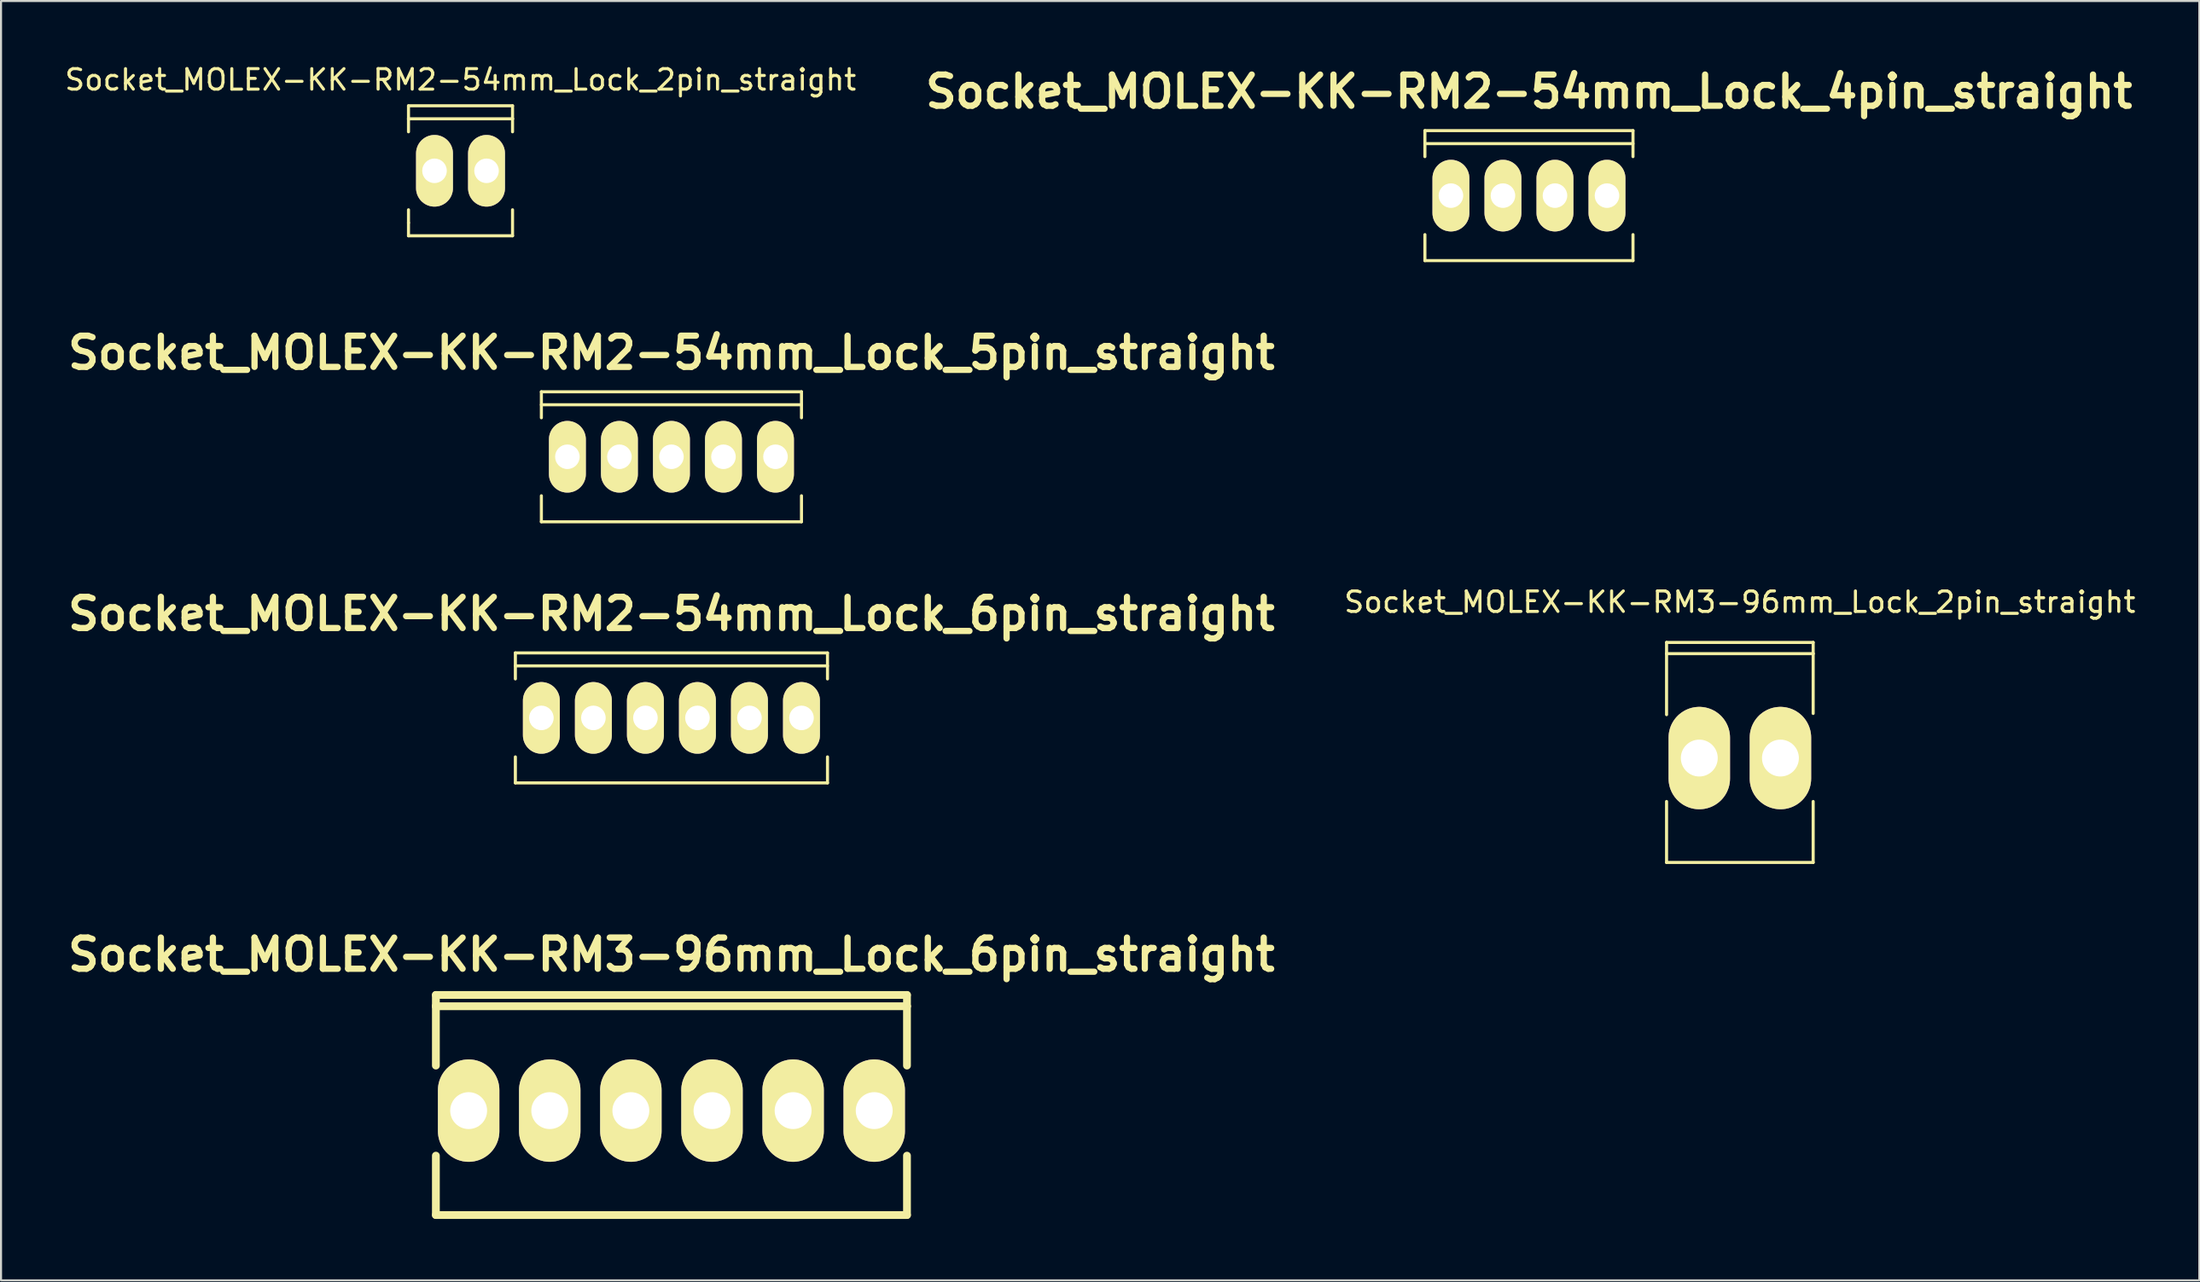
<source format=kicad_pcb>
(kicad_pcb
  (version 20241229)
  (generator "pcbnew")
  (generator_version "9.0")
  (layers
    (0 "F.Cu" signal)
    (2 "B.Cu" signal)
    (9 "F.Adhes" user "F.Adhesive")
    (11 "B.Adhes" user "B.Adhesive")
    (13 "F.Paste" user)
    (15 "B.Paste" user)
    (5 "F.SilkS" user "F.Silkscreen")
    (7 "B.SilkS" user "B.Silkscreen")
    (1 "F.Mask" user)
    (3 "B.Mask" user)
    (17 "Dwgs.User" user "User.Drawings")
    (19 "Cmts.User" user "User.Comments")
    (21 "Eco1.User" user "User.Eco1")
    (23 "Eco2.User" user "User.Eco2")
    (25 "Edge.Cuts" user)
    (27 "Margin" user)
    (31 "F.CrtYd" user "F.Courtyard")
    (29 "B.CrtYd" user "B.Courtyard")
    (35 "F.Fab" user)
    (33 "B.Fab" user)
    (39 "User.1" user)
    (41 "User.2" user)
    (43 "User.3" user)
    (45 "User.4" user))
  (footprint "Socket_MOLEX-KK-RM2-54mm_Lock_2pin_straight"
    (layer "F.Cu")
    (at 19.435 5.293)
    (property "Reference" "Socket_MOLEX-KK-RM2-54mm_Lock_2pin_straight" (at 0 -4.445 0) (layer "F.SilkS") (effects (font (size 1 1) (thickness 0.15))))
    (attr through_hole)
    (fp_line (start -2.54 -3.175) (end 2.54 -3.175) (stroke (width 0.15) (type solid)) (layer "F.SilkS"))
    (fp_line (start -2.54 -2.54) (end -2.54 -3.175) (stroke (width 0.15) (type solid)) (layer "F.SilkS"))
    (fp_line (start -2.54 -2.54) (end -2.54 -1.905) (stroke (width 0.15) (type solid)) (layer "F.SilkS"))
    (fp_line (start -2.54 -2.54) (end 2.54 -2.54) (stroke (width 0.15) (type solid)) (layer "F.SilkS"))
    (fp_line (start -2.54 2.54) (end -2.54 1.905) (stroke (width 0.15) (type solid)) (layer "F.SilkS"))
    (fp_line (start -2.54 3.175) (end -2.54 2.54) (stroke (width 0.15) (type solid)) (layer "F.SilkS"))
    (fp_line (start 2.54 -3.175) (end 2.54 -2.54) (stroke (width 0.15) (type solid)) (layer "F.SilkS"))
    (fp_line (start 2.54 -2.54) (end 2.54 -1.905) (stroke (width 0.15) (type solid)) (layer "F.SilkS"))
    (fp_line (start 2.54 3.175) (end -2.54 3.175) (stroke (width 0.15) (type solid)) (layer "F.SilkS"))
    (fp_line (start 2.54 3.175) (end 2.54 1.905) (stroke (width 0.15) (type solid)) (layer "F.SilkS"))
    (pad "1" thru_hole oval (at -1.27 0) (size 1.801 3.5) (drill 1.199) (layers "*.Cu" "*.Mask" "F.SilkS"))
    (pad "2" thru_hole oval (at 1.27 0) (size 1.801 3.5) (drill 1.199) (layers "*.Cu" "*.Mask" "F.SilkS")))
  (footprint "Socket_MOLEX-KK-RM2-54mm_Lock_6pin_straight"
    (layer "F.Cu")
    (at 29.733 32.019)
    (property "Reference" "Socket_MOLEX-KK-RM2-54mm_Lock_6pin_straight" (at 0 -5.08 0) (layer "F.SilkS") (effects (font (size 1.524 1.524) (thickness 0.305))))
    (attr through_hole)
    (fp_line (start -7.62 -3.175) (end 7.62 -3.175) (stroke (width 0.15) (type solid)) (layer "F.SilkS"))
    (fp_line (start -7.62 -1.905) (end -7.62 -3.175) (stroke (width 0.15) (type solid)) (layer "F.SilkS"))
    (fp_line (start -7.62 3.175) (end -7.62 1.905) (stroke (width 0.15) (type solid)) (layer "F.SilkS"))
    (fp_line (start 7.62 -3.175) (end 7.62 -1.905) (stroke (width 0.15) (type solid)) (layer "F.SilkS"))
    (fp_line (start 7.62 -2.54) (end -7.62 -2.54) (stroke (width 0.15) (type solid)) (layer "F.SilkS"))
    (fp_line (start 7.62 3.175) (end -7.62 3.175) (stroke (width 0.15) (type solid)) (layer "F.SilkS"))
    (fp_line (start 7.62 3.175) (end 7.62 1.905) (stroke (width 0.15) (type solid)) (layer "F.SilkS"))
    (pad "1" thru_hole oval (at -6.35 0) (size 1.801 3.5) (drill 1.199) (layers "*.Cu" "*.Mask" "F.SilkS"))
    (pad "2" thru_hole oval (at -3.81 0) (size 1.801 3.5) (drill 1.199) (layers "*.Cu" "*.Mask" "F.SilkS"))
    (pad "3" thru_hole oval (at -1.27 0) (size 1.801 3.5) (drill 1.199) (layers "*.Cu" "*.Mask" "F.SilkS"))
    (pad "4" thru_hole oval (at 1.27 0) (size 1.801 3.5) (drill 1.199) (layers "*.Cu" "*.Mask" "F.SilkS"))
    (pad "5" thru_hole oval (at 3.81 0) (size 1.801 3.5) (drill 1.199) (layers "*.Cu" "*.Mask" "F.SilkS"))
    (pad "6" thru_hole oval (at 6.35 0) (size 1.801 3.5) (drill 1.199) (layers "*.Cu" "*.Mask" "F.SilkS")))
  (footprint "Socket_MOLEX-KK-RM3-96mm_Lock_6pin_straight"
    (layer "F.Cu")
    (at 29.733 51.203)
    (property "Reference" "Socket_MOLEX-KK-RM3-96mm_Lock_6pin_straight" (at 0 -7.62 0) (layer "F.SilkS") (effects (font (size 1.524 1.524) (thickness 0.305))))
    (attr through_hole)
    (fp_line (start -11.501 -5.649) (end -11.501 -5.1) (stroke (width 0.381) (type solid)) (layer "F.SilkS"))
    (fp_line (start -11.501 -5.1) (end -11.501 -2.2) (stroke (width 0.381) (type solid)) (layer "F.SilkS"))
    (fp_line (start -11.501 2.2) (end -11.501 5.1) (stroke (width 0.381) (type solid)) (layer "F.SilkS"))
    (fp_line (start -11.501 5.1) (end 11.501 5.1) (stroke (width 0.381) (type solid)) (layer "F.SilkS"))
    (fp_line (start 11.501 -5.649) (end -11.501 -5.649) (stroke (width 0.381) (type solid)) (layer "F.SilkS"))
    (fp_line (start 11.501 -5.1) (end -11.501 -5.1) (stroke (width 0.381) (type solid)) (layer "F.SilkS"))
    (fp_line (start 11.501 -5.1) (end 11.501 -5.649) (stroke (width 0.381) (type solid)) (layer "F.SilkS"))
    (fp_line (start 11.501 -2.2) (end 11.501 -5.1) (stroke (width 0.381) (type solid)) (layer "F.SilkS"))
    (fp_line (start 11.501 5.1) (end 11.501 2.2) (stroke (width 0.381) (type solid)) (layer "F.SilkS"))
    (pad "1" thru_hole oval (at -9.901 0) (size 3 5.001) (drill 1.801) (layers "*.Cu" "*.Mask" "F.SilkS"))
    (pad "2" thru_hole oval (at -5.941 0) (size 3 5.001) (drill 1.801) (layers "*.Cu" "*.Mask" "F.SilkS"))
    (pad "3" thru_hole oval (at -1.981 0) (size 3 5.001) (drill 1.801) (layers "*.Cu" "*.Mask" "F.SilkS"))
    (pad "4" thru_hole oval (at 1.981 0) (size 3 5.001) (drill 1.801) (layers "*.Cu" "*.Mask" "F.SilkS"))
    (pad "5" thru_hole oval (at 5.941 0) (size 3 5.001) (drill 1.801) (layers "*.Cu" "*.Mask" "F.SilkS"))
    (pad "6" thru_hole oval (at 9.901 0) (size 3 5.001) (drill 1.801) (layers "*.Cu" "*.Mask" "F.SilkS")))
  (footprint "Socket_MOLEX-KK-RM2-54mm_Lock_5pin_straight"
    (layer "F.Cu")
    (at 29.733 19.263)
    (property "Reference" "Socket_MOLEX-KK-RM2-54mm_Lock_5pin_straight" (at 0 -5.08 0) (layer "F.SilkS") (effects (font (size 1.524 1.524) (thickness 0.305))))
    (attr through_hole)
    (fp_line (start -6.35 -3.175) (end 6.35 -3.175) (stroke (width 0.15) (type solid)) (layer "F.SilkS"))
    (fp_line (start -6.35 -1.905) (end -6.35 -3.175) (stroke (width 0.15) (type solid)) (layer "F.SilkS"))
    (fp_line (start -6.35 3.175) (end -6.35 1.905) (stroke (width 0.15) (type solid)) (layer "F.SilkS"))
    (fp_line (start 6.35 -2.54) (end -6.35 -2.54) (stroke (width 0.15) (type solid)) (layer "F.SilkS"))
    (fp_line (start 6.35 -1.905) (end 6.35 -3.175) (stroke (width 0.15) (type solid)) (layer "F.SilkS"))
    (fp_line (start 6.35 3.175) (end -6.35 3.175) (stroke (width 0.15) (type solid)) (layer "F.SilkS"))
    (fp_line (start 6.35 3.175) (end 6.35 1.905) (stroke (width 0.15) (type solid)) (layer "F.SilkS"))
    (pad "1" thru_hole oval (at -5.08 0) (size 1.801 3.5) (drill 1.199) (layers "*.Cu" "*.Mask" "F.SilkS"))
    (pad "2" thru_hole oval (at -2.54 0) (size 1.801 3.5) (drill 1.199) (layers "*.Cu" "*.Mask" "F.SilkS"))
    (pad "3" thru_hole oval (at 0 0) (size 1.801 3.5) (drill 1.199) (layers "*.Cu" "*.Mask" "F.SilkS"))
    (pad "4" thru_hole oval (at 2.54 0) (size 1.801 3.5) (drill 1.199) (layers "*.Cu" "*.Mask" "F.SilkS"))
    (pad "5" thru_hole oval (at 5.08 0) (size 1.801 3.5) (drill 1.199) (layers "*.Cu" "*.Mask" "F.SilkS")))
  (footprint "Socket_MOLEX-KK-RM2-54mm_Lock_4pin_straight"
    (layer "F.Cu")
    (at 71.602 6.506)
    (property "Reference" "Socket_MOLEX-KK-RM2-54mm_Lock_4pin_straight" (at 0 -5.08 0) (layer "F.SilkS") (effects (font (size 1.524 1.524) (thickness 0.305))))
    (attr through_hole)
    (fp_line (start -5.08 -3.175) (end 5.08 -3.175) (stroke (width 0.15) (type solid)) (layer "F.SilkS"))
    (fp_line (start -5.08 -1.905) (end -5.08 -3.175) (stroke (width 0.15) (type solid)) (layer "F.SilkS"))
    (fp_line (start -5.08 3.175) (end -5.08 1.905) (stroke (width 0.15) (type solid)) (layer "F.SilkS"))
    (fp_line (start 5.08 -3.175) (end 5.08 -1.905) (stroke (width 0.15) (type solid)) (layer "F.SilkS"))
    (fp_line (start 5.08 -2.54) (end -5.08 -2.54) (stroke (width 0.15) (type solid)) (layer "F.SilkS"))
    (fp_line (start 5.08 1.905) (end 5.08 3.175) (stroke (width 0.15) (type solid)) (layer "F.SilkS"))
    (fp_line (start 5.08 3.175) (end -5.08 3.175) (stroke (width 0.15) (type solid)) (layer "F.SilkS"))
    (pad "1" thru_hole oval (at -3.81 0) (size 1.801 3.5) (drill 1.199) (layers "*.Cu" "*.Mask" "F.SilkS"))
    (pad "2" thru_hole oval (at -1.27 0) (size 1.801 3.5) (drill 1.199) (layers "*.Cu" "*.Mask" "F.SilkS"))
    (pad "3" thru_hole oval (at 1.27 0) (size 1.801 3.5) (drill 1.199) (layers "*.Cu" "*.Mask" "F.SilkS"))
    (pad "4" thru_hole oval (at 3.81 0) (size 1.801 3.5) (drill 1.199) (layers "*.Cu" "*.Mask" "F.SilkS")))
  (footprint "Socket_MOLEX-KK-RM3-96mm_Lock_2pin_straight"
    (layer "F.Cu")
    (at 81.9 33.981)
    (property "Reference" "Socket_MOLEX-KK-RM3-96mm_Lock_2pin_straight" (at 0 -7.62 0) (layer "F.SilkS") (effects (font (size 1 1) (thickness 0.15))))
    (attr through_hole)
    (fp_line (start -3.579 -5.649) (end -3.579 -5.1) (stroke (width 0.15) (type solid)) (layer "F.SilkS"))
    (fp_line (start -3.579 -5.1) (end -3.579 -2.121) (stroke (width 0.15) (type solid)) (layer "F.SilkS"))
    (fp_line (start -3.579 2.121) (end -3.579 5.1) (stroke (width 0.15) (type solid)) (layer "F.SilkS"))
    (fp_line (start -3.579 5.1) (end 3.579 5.1) (stroke (width 0.15) (type solid)) (layer "F.SilkS"))
    (fp_line (start 3.579 -5.649) (end -3.579 -5.649) (stroke (width 0.15) (type solid)) (layer "F.SilkS"))
    (fp_line (start 3.579 -5.1) (end -3.579 -5.1) (stroke (width 0.15) (type solid)) (layer "F.SilkS"))
    (fp_line (start 3.579 -5.1) (end 3.579 -5.649) (stroke (width 0.15) (type solid)) (layer "F.SilkS"))
    (fp_line (start 3.579 -2.179) (end 3.579 -5.1) (stroke (width 0.15) (type solid)) (layer "F.SilkS"))
    (fp_line (start 3.579 5.1) (end 3.579 2.121) (stroke (width 0.15) (type solid)) (layer "F.SilkS"))
    (pad "1" thru_hole oval (at -1.981 0) (size 3 5.001) (drill 1.801) (layers "*.Cu" "*.Mask" "F.SilkS"))
    (pad "2" thru_hole oval (at 1.981 0) (size 3 5.001) (drill 1.801) (layers "*.Cu" "*.Mask" "F.SilkS")))
  (gr_rect
    (start -3 -3)
    (end 104.334 59.494)
    (stroke (width 0.1) (type default))
    (fill no)
    (layer "Edge.Cuts")))
</source>
